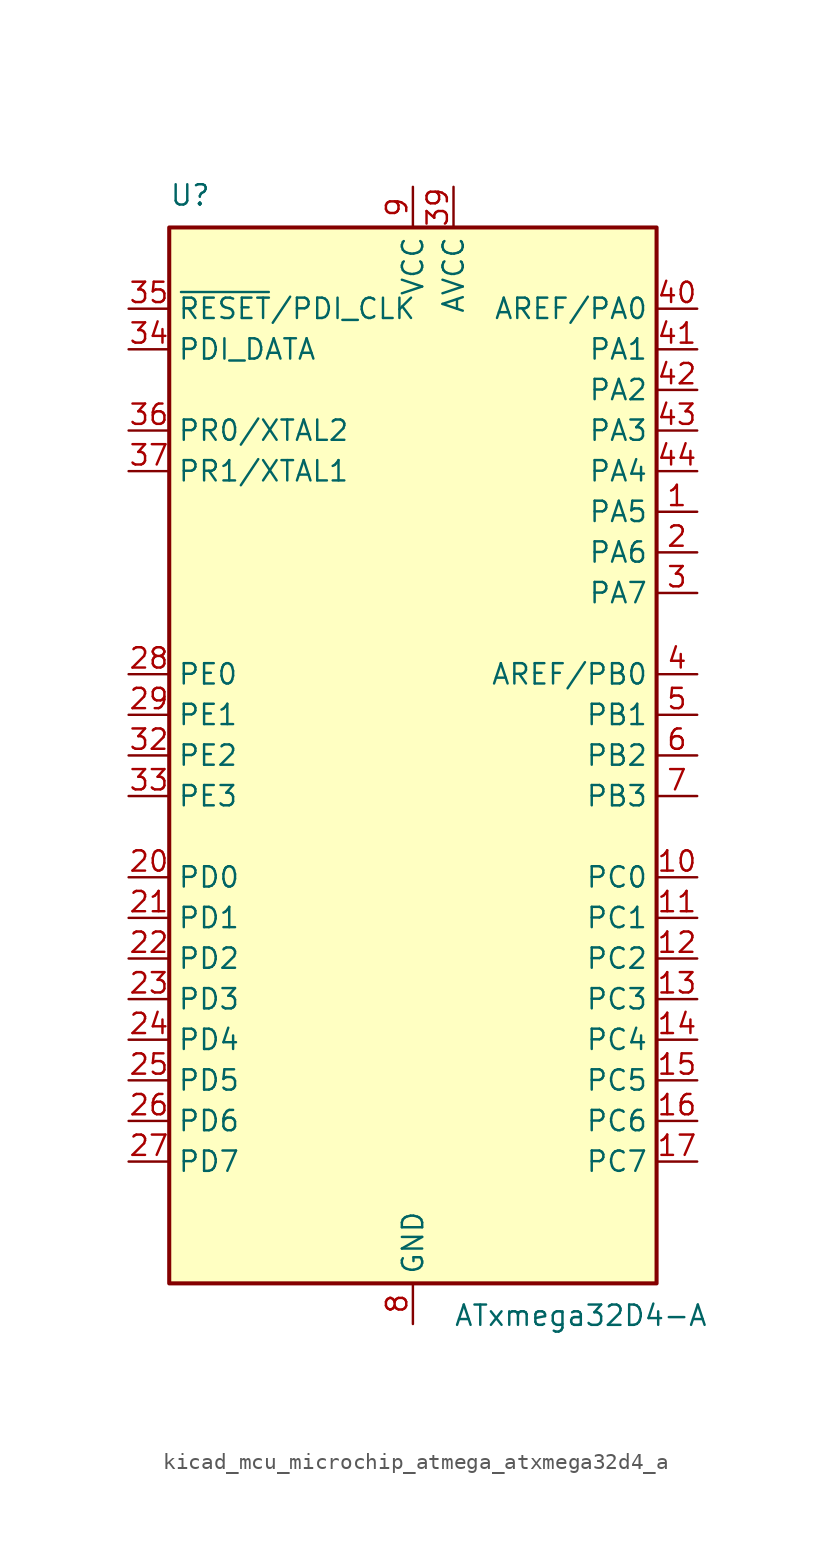
<source format=kicad_sym>
(kicad_symbol_lib
  (version 20220914)
  (generator kicad_symbol_editor)
  (symbol "kicad_mcu_microchip_atmega_atxmega32d4_a"
    (property "Reference" "U"
      (at -15.24 34.29 0)
      (effects (font (size 1.27 1.27)) (justify left bottom)))
    (property "Value" "ATxmega32D4-A"
      (at 2.54 -34.29 0)
      (effects (font (size 1.27 1.27)) (justify left top)))
    (symbol "kicad_mcu_microchip_atmega_atxmega32d4_a_0_1"
      (rectangle (start -15.24 -33.02) (end 15.24 33.02) (stroke (width 0.254) (type default)) (fill (type background))))
    (symbol "kicad_mcu_microchip_atmega_atxmega32d4_a_1_1"
      (pin bidirectional line (at 17.78 15.24 180) (length 2.54) (name "PA5" (effects (font (size 1.27 1.27)))) (number "1" (effects (font (size 1.27 1.27)))))
      (pin bidirectional line (at 17.78 -7.62 180) (length 2.54) (name "PC0" (effects (font (size 1.27 1.27)))) (number "10" (effects (font (size 1.27 1.27)))))
      (pin bidirectional line (at 17.78 -10.16 180) (length 2.54) (name "PC1" (effects (font (size 1.27 1.27)))) (number "11" (effects (font (size 1.27 1.27)))))
      (pin bidirectional line (at 17.78 -12.7 180) (length 2.54) (name "PC2" (effects (font (size 1.27 1.27)))) (number "12" (effects (font (size 1.27 1.27)))))
      (pin bidirectional line (at 17.78 -15.24 180) (length 2.54) (name "PC3" (effects (font (size 1.27 1.27)))) (number "13" (effects (font (size 1.27 1.27)))))
      (pin bidirectional line (at 17.78 -17.78 180) (length 2.54) (name "PC4" (effects (font (size 1.27 1.27)))) (number "14" (effects (font (size 1.27 1.27)))))
      (pin bidirectional line (at 17.78 -20.32 180) (length 2.54) (name "PC5" (effects (font (size 1.27 1.27)))) (number "15" (effects (font (size 1.27 1.27)))))
      (pin bidirectional line (at 17.78 -22.86 180) (length 2.54) (name "PC6" (effects (font (size 1.27 1.27)))) (number "16" (effects (font (size 1.27 1.27)))))
      (pin bidirectional line (at 17.78 -25.4 180) (length 2.54) (name "PC7" (effects (font (size 1.27 1.27)))) (number "17" (effects (font (size 1.27 1.27)))))
      (pin passive line (at 0 -35.56 90) (length 2.54) hide (name "GND" (effects (font (size 1.27 1.27)))) (number "18" (effects (font (size 1.27 1.27)))))
      (pin passive line (at 0 35.56 270) (length 2.54) hide (name "VCC" (effects (font (size 1.27 1.27)))) (number "19" (effects (font (size 1.27 1.27)))))
      (pin bidirectional line (at 17.78 12.7 180) (length 2.54) (name "PA6" (effects (font (size 1.27 1.27)))) (number "2" (effects (font (size 1.27 1.27)))))
      (pin bidirectional line (at -17.78 -7.62 0) (length 2.54) (name "PD0" (effects (font (size 1.27 1.27)))) (number "20" (effects (font (size 1.27 1.27)))))
      (pin bidirectional line (at -17.78 -10.16 0) (length 2.54) (name "PD1" (effects (font (size 1.27 1.27)))) (number "21" (effects (font (size 1.27 1.27)))))
      (pin bidirectional line (at -17.78 -12.7 0) (length 2.54) (name "PD2" (effects (font (size 1.27 1.27)))) (number "22" (effects (font (size 1.27 1.27)))))
      (pin bidirectional line (at -17.78 -15.24 0) (length 2.54) (name "PD3" (effects (font (size 1.27 1.27)))) (number "23" (effects (font (size 1.27 1.27)))))
      (pin bidirectional line (at -17.78 -17.78 0) (length 2.54) (name "PD4" (effects (font (size 1.27 1.27)))) (number "24" (effects (font (size 1.27 1.27)))))
      (pin bidirectional line (at -17.78 -20.32 0) (length 2.54) (name "PD5" (effects (font (size 1.27 1.27)))) (number "25" (effects (font (size 1.27 1.27)))))
      (pin bidirectional line (at -17.78 -22.86 0) (length 2.54) (name "PD6" (effects (font (size 1.27 1.27)))) (number "26" (effects (font (size 1.27 1.27)))))
      (pin bidirectional line (at -17.78 -25.4 0) (length 2.54) (name "PD7" (effects (font (size 1.27 1.27)))) (number "27" (effects (font (size 1.27 1.27)))))
      (pin bidirectional line (at -17.78 5.08 0) (length 2.54) (name "PE0" (effects (font (size 1.27 1.27)))) (number "28" (effects (font (size 1.27 1.27)))))
      (pin bidirectional line (at -17.78 2.54 0) (length 2.54) (name "PE1" (effects (font (size 1.27 1.27)))) (number "29" (effects (font (size 1.27 1.27)))))
      (pin bidirectional line (at 17.78 10.16 180) (length 2.54) (name "PA7" (effects (font (size 1.27 1.27)))) (number "3" (effects (font (size 1.27 1.27)))))
      (pin passive line (at 0 -35.56 90) (length 2.54) hide (name "GND" (effects (font (size 1.27 1.27)))) (number "30" (effects (font (size 1.27 1.27)))))
      (pin passive line (at 0 35.56 270) (length 2.54) hide (name "VCC" (effects (font (size 1.27 1.27)))) (number "31" (effects (font (size 1.27 1.27)))))
      (pin bidirectional line (at -17.78 0 0) (length 2.54) (name "PE2" (effects (font (size 1.27 1.27)))) (number "32" (effects (font (size 1.27 1.27)))))
      (pin bidirectional line (at -17.78 -2.54 0) (length 2.54) (name "PE3" (effects (font (size 1.27 1.27)))) (number "33" (effects (font (size 1.27 1.27)))))
      (pin bidirectional line (at -17.78 25.4 0) (length 2.54) (name "PDI_DATA" (effects (font (size 1.27 1.27)))) (number "34" (effects (font (size 1.27 1.27)))))
      (pin input line (at -17.78 27.94 0) (length 2.54) (name "~{RESET}/PDI_CLK" (effects (font (size 1.27 1.27)))) (number "35" (effects (font (size 1.27 1.27)))))
      (pin bidirectional line (at -17.78 20.32 0) (length 2.54) (name "PR0/XTAL2" (effects (font (size 1.27 1.27)))) (number "36" (effects (font (size 1.27 1.27)))))
      (pin bidirectional line (at -17.78 17.78 0) (length 2.54) (name "PR1/XTAL1" (effects (font (size 1.27 1.27)))) (number "37" (effects (font (size 1.27 1.27)))))
      (pin passive line (at 0 -35.56 90) (length 2.54) hide (name "GND" (effects (font (size 1.27 1.27)))) (number "38" (effects (font (size 1.27 1.27)))))
      (pin power_in line (at 2.54 35.56 270) (length 2.54) (name "AVCC" (effects (font (size 1.27 1.27)))) (number "39" (effects (font (size 1.27 1.27)))))
      (pin bidirectional line (at 17.78 5.08 180) (length 2.54) (name "AREF/PB0" (effects (font (size 1.27 1.27)))) (number "4" (effects (font (size 1.27 1.27)))))
      (pin bidirectional line (at 17.78 27.94 180) (length 2.54) (name "AREF/PA0" (effects (font (size 1.27 1.27)))) (number "40" (effects (font (size 1.27 1.27)))))
      (pin bidirectional line (at 17.78 25.4 180) (length 2.54) (name "PA1" (effects (font (size 1.27 1.27)))) (number "41" (effects (font (size 1.27 1.27)))))
      (pin bidirectional line (at 17.78 22.86 180) (length 2.54) (name "PA2" (effects (font (size 1.27 1.27)))) (number "42" (effects (font (size 1.27 1.27)))))
      (pin bidirectional line (at 17.78 20.32 180) (length 2.54) (name "PA3" (effects (font (size 1.27 1.27)))) (number "43" (effects (font (size 1.27 1.27)))))
      (pin bidirectional line (at 17.78 17.78 180) (length 2.54) (name "PA4" (effects (font (size 1.27 1.27)))) (number "44" (effects (font (size 1.27 1.27)))))
      (pin bidirectional line (at 17.78 2.54 180) (length 2.54) (name "PB1" (effects (font (size 1.27 1.27)))) (number "5" (effects (font (size 1.27 1.27)))))
      (pin bidirectional line (at 17.78 0 180) (length 2.54) (name "PB2" (effects (font (size 1.27 1.27)))) (number "6" (effects (font (size 1.27 1.27)))))
      (pin bidirectional line (at 17.78 -2.54 180) (length 2.54) (name "PB3" (effects (font (size 1.27 1.27)))) (number "7" (effects (font (size 1.27 1.27)))))
      (pin power_in line (at 0 -35.56 90) (length 2.54) (name "GND" (effects (font (size 1.27 1.27)))) (number "8" (effects (font (size 1.27 1.27)))))
      (pin power_in line (at 0 35.56 270) (length 2.54) (name "VCC" (effects (font (size 1.27 1.27)))) (number "9" (effects (font (size 1.27 1.27))))))))
</source>
